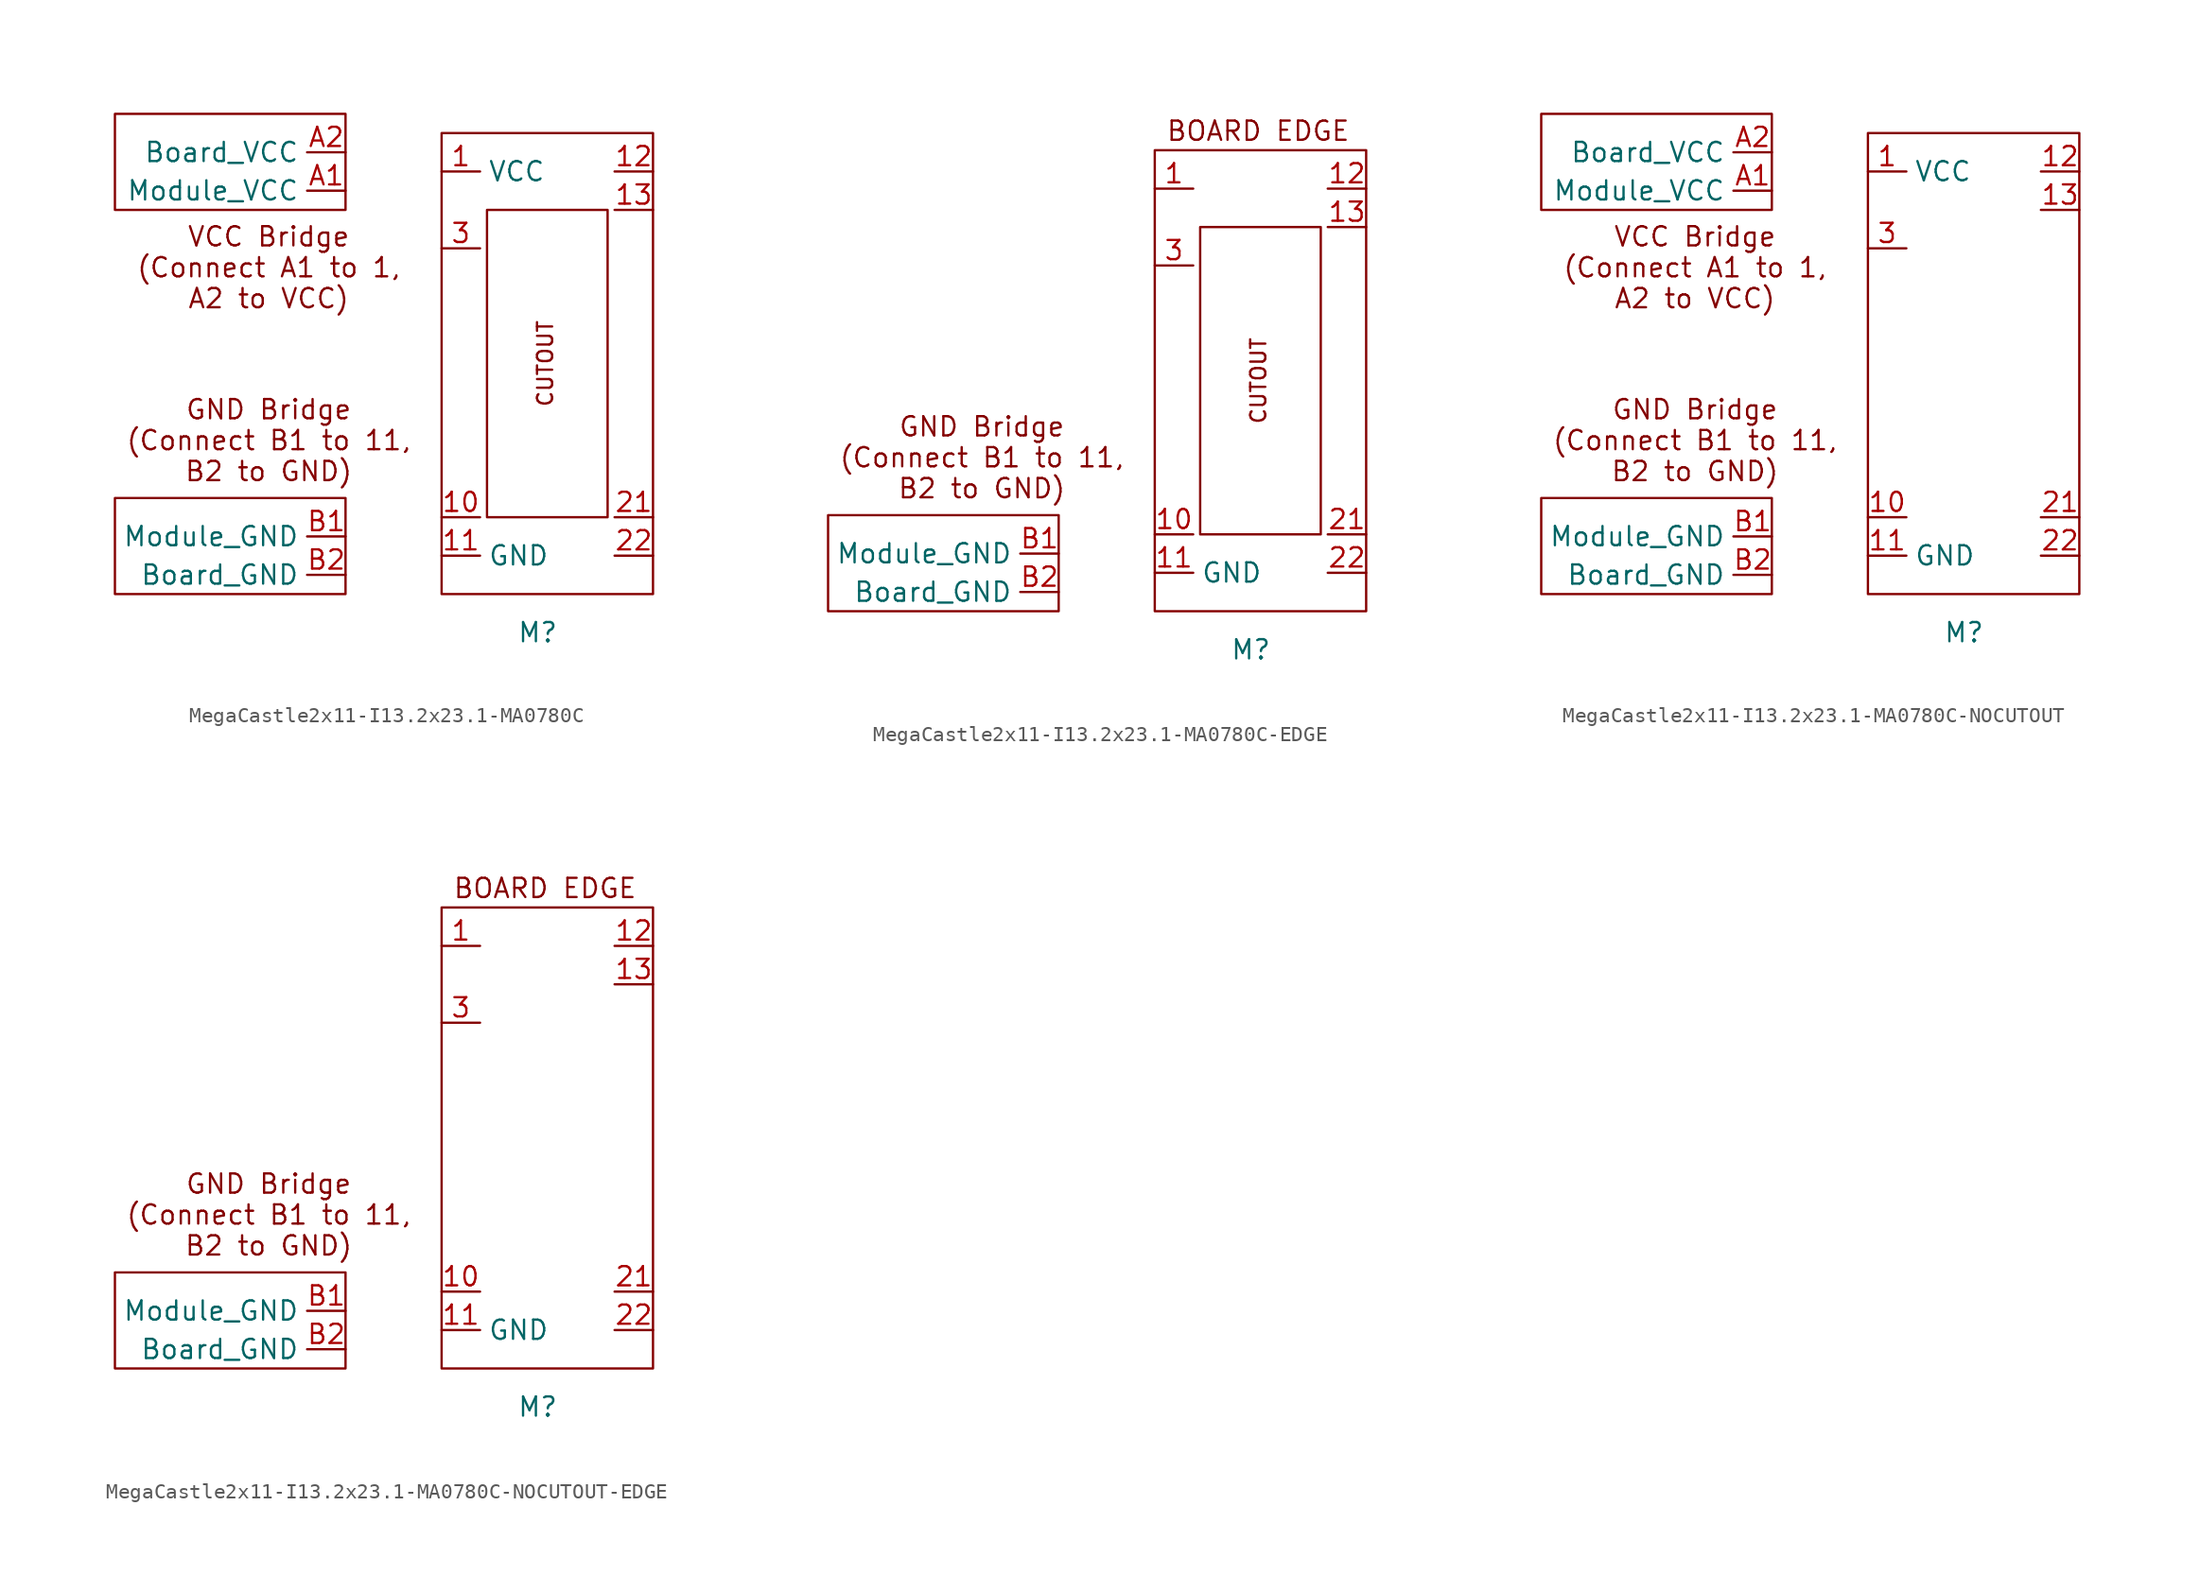
<source format=kicad_sym>
(kicad_symbol_lib
  (version 20231120)
  (generator "kicad_symbol_editor")
  (generator_version "8.0")
  (symbol "MegaCastle2x11-I13.2x23.1-MA0780C"
    (property "Reference" "M"
      (at 0 -17.78 0)
      (effects (font (size 1.27 1.27))))
    (property "Value" ""
      (at 0 5.08 0)
      (effects (font (size 1.27 1.27))))
    (symbol "MegaCastle2x11-I13.2x23.1-MA0780C_0_1"
      (rectangle (start -27.94 -8.89) (end -12.7 -15.24) (stroke (width 0) (type default)) (fill (type none)))
      (rectangle (start -27.94 16.51) (end -12.7 10.16) (stroke (width 0) (type default)) (fill (type none)))
      (rectangle (start -6.35 15.24) (end 7.62 -15.24) (stroke (width 0) (type default)) (fill (type none)))
      (rectangle (start -3.35 10.16) (end 4.62 -10.16) (stroke (width 0) (type default)) (fill (type none))))
    (symbol "MegaCastle2x11-I13.2x23.1-MA0780C_1_1"
      (text "CUTOUT" (at 0.5 0 900) (effects (font (size 1 1))))
      (text "GND Bridge\n(Connect B1 to 11,\nB2 to GND)" (at -17.78 -5.08 0) (effects (font (size 1.27 1.27))))
      (text "VCC Bridge\n(Connect A1 to 1,\nA2 to VCC)" (at -17.78 6.35 0) (effects (font (size 1.27 1.27))))
      (pin bidirectional line (at -6.35 12.7 0) (length 2.54) (name "VCC" (effects (font (size 1.27 1.27)))) (number "1" (effects (font (size 1.27 1.27)))))
      (pin bidirectional line (at -6.35 -10.16 0) (length 2.54) (name "" (effects (font (size 1.27 1.27)))) (number "10" (effects (font (size 1.27 1.27)))))
      (pin bidirectional line (at -6.35 -12.7 0) (length 2.54) (name "GND" (effects (font (size 1.27 1.27)))) (number "11" (effects (font (size 1.27 1.27)))))
      (pin bidirectional line (at 7.62 12.7 180) (length 2.54) (name "" (effects (font (size 1.27 1.27)))) (number "12" (effects (font (size 1.27 1.27)))))
      (pin bidirectional line (at 7.62 10.16 180) (length 2.54) (name "" (effects (font (size 1.27 1.27)))) (number "13" (effects (font (size 1.27 1.27)))))
      (pin bidirectional line (at 7.62 -10.16 180) (length 2.54) (name "" (effects (font (size 1.27 1.27)))) (number "21" (effects (font (size 1.27 1.27)))))
      (pin bidirectional line (at 7.62 -12.7 180) (length 2.54) (name "" (effects (font (size 1.27 1.27)))) (number "22" (effects (font (size 1.27 1.27)))))
      (pin bidirectional line (at -6.35 7.62 0) (length 2.54) (name "" (effects (font (size 1.27 1.27)))) (number "3" (effects (font (size 1.27 1.27)))))
      (pin bidirectional line (at -12.7 11.43 180) (length 2.54) (name "Module_VCC" (effects (font (size 1.27 1.27)))) (number "A1" (effects (font (size 1.27 1.27)))))
      (pin bidirectional line (at -12.7 13.97 180) (length 2.54) (name "Board_VCC" (effects (font (size 1.27 1.27)))) (number "A2" (effects (font (size 1.27 1.27)))))
      (pin bidirectional line (at -12.7 -11.43 180) (length 2.54) (name "Module_GND" (effects (font (size 1.27 1.27)))) (number "B1" (effects (font (size 1.27 1.27)))))
      (pin bidirectional line (at -12.7 -13.97 180) (length 2.54) (name "Board_GND" (effects (font (size 1.27 1.27)))) (number "B2" (effects (font (size 1.27 1.27)))))))
  (symbol "MegaCastle2x11-I13.2x23.1-MA0780C-EDGE"
    (property "Reference" "M"
      (at 0 -17.78 0)
      (effects (font (size 1.27 1.27))))
    (property "Value" ""
      (at 0 5.08 0)
      (effects (font (size 1.27 1.27))))
    (symbol "MegaCastle2x11-I13.2x23.1-MA0780C-EDGE_0_1"
      (rectangle (start -27.94 -8.89) (end -12.7 -15.24) (stroke (width 0) (type default)) (fill (type none)))
      (rectangle (start -6.35 15.24) (end 7.62 -15.24) (stroke (width 0) (type default)) (fill (type none)))
      (rectangle (start -3.35 10.16) (end 4.62 -10.16) (stroke (width 0) (type default)) (fill (type none))))
    (symbol "MegaCastle2x11-I13.2x23.1-MA0780C-EDGE_1_1"
      (text " BOARD EDGE" (at 0 16.51 0) (effects (font (size 1.27 1.27))))
      (text "CUTOUT" (at 0.5 0 900) (effects (font (size 1 1))))
      (text "GND Bridge\n(Connect B1 to 11,\nB2 to GND)" (at -17.78 -5.08 0) (effects (font (size 1.27 1.27))))
      (pin bidirectional line (at -6.35 12.7 0) (length 2.54) (name "" (effects (font (size 1.27 1.27)))) (number "1" (effects (font (size 1.27 1.27)))))
      (pin bidirectional line (at -6.35 -10.16 0) (length 2.54) (name "" (effects (font (size 1.27 1.27)))) (number "10" (effects (font (size 1.27 1.27)))))
      (pin bidirectional line (at -6.35 -12.7 0) (length 2.54) (name "GND" (effects (font (size 1.27 1.27)))) (number "11" (effects (font (size 1.27 1.27)))))
      (pin bidirectional line (at 7.62 12.7 180) (length 2.54) (name "" (effects (font (size 1.27 1.27)))) (number "12" (effects (font (size 1.27 1.27)))))
      (pin bidirectional line (at 7.62 10.16 180) (length 2.54) (name "" (effects (font (size 1.27 1.27)))) (number "13" (effects (font (size 1.27 1.27)))))
      (pin bidirectional line (at 7.62 -10.16 180) (length 2.54) (name "" (effects (font (size 1.27 1.27)))) (number "21" (effects (font (size 1.27 1.27)))))
      (pin bidirectional line (at 7.62 -12.7 180) (length 2.54) (name "" (effects (font (size 1.27 1.27)))) (number "22" (effects (font (size 1.27 1.27)))))
      (pin bidirectional line (at -6.35 7.62 0) (length 2.54) (name "" (effects (font (size 1.27 1.27)))) (number "3" (effects (font (size 1.27 1.27)))))
      (pin bidirectional line (at -12.7 -11.43 180) (length 2.54) (name "Module_GND" (effects (font (size 1.27 1.27)))) (number "B1" (effects (font (size 1.27 1.27)))))
      (pin bidirectional line (at -12.7 -13.97 180) (length 2.54) (name "Board_GND" (effects (font (size 1.27 1.27)))) (number "B2" (effects (font (size 1.27 1.27)))))))
  (symbol "MegaCastle2x11-I13.2x23.1-MA0780C-NOCUTOUT"
    (property "Reference" "M"
      (at 0 -17.78 0)
      (effects (font (size 1.27 1.27))))
    (property "Value" ""
      (at 0 5.08 0)
      (effects (font (size 1.27 1.27))))
    (symbol "MegaCastle2x11-I13.2x23.1-MA0780C-NOCUTOUT_0_1"
      (rectangle (start -27.94 -8.89) (end -12.7 -15.24) (stroke (width 0) (type default)) (fill (type none)))
      (rectangle (start -27.94 16.51) (end -12.7 10.16) (stroke (width 0) (type default)) (fill (type none)))
      (rectangle (start -6.35 15.24) (end 7.62 -15.24) (stroke (width 0) (type default)) (fill (type none))))
    (symbol "MegaCastle2x11-I13.2x23.1-MA0780C-NOCUTOUT_1_1"
      (text "GND Bridge\n(Connect B1 to 11,\nB2 to GND)" (at -17.78 -5.08 0) (effects (font (size 1.27 1.27))))
      (text "VCC Bridge\n(Connect A1 to 1,\nA2 to VCC)" (at -17.78 6.35 0) (effects (font (size 1.27 1.27))))
      (pin bidirectional line (at -6.35 12.7 0) (length 2.54) (name "VCC" (effects (font (size 1.27 1.27)))) (number "1" (effects (font (size 1.27 1.27)))))
      (pin bidirectional line (at -6.35 -10.16 0) (length 2.54) (name "" (effects (font (size 1.27 1.27)))) (number "10" (effects (font (size 1.27 1.27)))))
      (pin bidirectional line (at -6.35 -12.7 0) (length 2.54) (name "GND" (effects (font (size 1.27 1.27)))) (number "11" (effects (font (size 1.27 1.27)))))
      (pin bidirectional line (at 7.62 12.7 180) (length 2.54) (name "" (effects (font (size 1.27 1.27)))) (number "12" (effects (font (size 1.27 1.27)))))
      (pin bidirectional line (at 7.62 10.16 180) (length 2.54) (name "" (effects (font (size 1.27 1.27)))) (number "13" (effects (font (size 1.27 1.27)))))
      (pin bidirectional line (at 7.62 -10.16 180) (length 2.54) (name "" (effects (font (size 1.27 1.27)))) (number "21" (effects (font (size 1.27 1.27)))))
      (pin bidirectional line (at 7.62 -12.7 180) (length 2.54) (name "" (effects (font (size 1.27 1.27)))) (number "22" (effects (font (size 1.27 1.27)))))
      (pin bidirectional line (at -6.35 7.62 0) (length 2.54) (name "" (effects (font (size 1.27 1.27)))) (number "3" (effects (font (size 1.27 1.27)))))
      (pin bidirectional line (at -12.7 11.43 180) (length 2.54) (name "Module_VCC" (effects (font (size 1.27 1.27)))) (number "A1" (effects (font (size 1.27 1.27)))))
      (pin bidirectional line (at -12.7 13.97 180) (length 2.54) (name "Board_VCC" (effects (font (size 1.27 1.27)))) (number "A2" (effects (font (size 1.27 1.27)))))
      (pin bidirectional line (at -12.7 -11.43 180) (length 2.54) (name "Module_GND" (effects (font (size 1.27 1.27)))) (number "B1" (effects (font (size 1.27 1.27)))))
      (pin bidirectional line (at -12.7 -13.97 180) (length 2.54) (name "Board_GND" (effects (font (size 1.27 1.27)))) (number "B2" (effects (font (size 1.27 1.27)))))))
  (symbol "MegaCastle2x11-I13.2x23.1-MA0780C-NOCUTOUT-EDGE"
    (property "Reference" "M"
      (at 0 -17.78 0)
      (effects (font (size 1.27 1.27))))
    (property "Value" ""
      (at 0 5.08 0)
      (effects (font (size 1.27 1.27))))
    (symbol "MegaCastle2x11-I13.2x23.1-MA0780C-NOCUTOUT-EDGE_0_1"
      (rectangle (start -27.94 -8.89) (end -12.7 -15.24) (stroke (width 0) (type default)) (fill (type none)))
      (rectangle (start -6.35 15.24) (end 7.62 -15.24) (stroke (width 0) (type default)) (fill (type none))))
    (symbol "MegaCastle2x11-I13.2x23.1-MA0780C-NOCUTOUT-EDGE_1_1"
      (text " BOARD EDGE" (at 0 16.51 0) (effects (font (size 1.27 1.27))))
      (text "GND Bridge\n(Connect B1 to 11,\nB2 to GND)" (at -17.78 -5.08 0) (effects (font (size 1.27 1.27))))
      (pin bidirectional line (at -6.35 12.7 0) (length 2.54) (name "" (effects (font (size 1.27 1.27)))) (number "1" (effects (font (size 1.27 1.27)))))
      (pin bidirectional line (at -6.35 -10.16 0) (length 2.54) (name "" (effects (font (size 1.27 1.27)))) (number "10" (effects (font (size 1.27 1.27)))))
      (pin bidirectional line (at -6.35 -12.7 0) (length 2.54) (name "GND" (effects (font (size 1.27 1.27)))) (number "11" (effects (font (size 1.27 1.27)))))
      (pin bidirectional line (at 7.62 12.7 180) (length 2.54) (name "" (effects (font (size 1.27 1.27)))) (number "12" (effects (font (size 1.27 1.27)))))
      (pin bidirectional line (at 7.62 10.16 180) (length 2.54) (name "" (effects (font (size 1.27 1.27)))) (number "13" (effects (font (size 1.27 1.27)))))
      (pin bidirectional line (at 7.62 -10.16 180) (length 2.54) (name "" (effects (font (size 1.27 1.27)))) (number "21" (effects (font (size 1.27 1.27)))))
      (pin bidirectional line (at 7.62 -12.7 180) (length 2.54) (name "" (effects (font (size 1.27 1.27)))) (number "22" (effects (font (size 1.27 1.27)))))
      (pin bidirectional line (at -6.35 7.62 0) (length 2.54) (name "" (effects (font (size 1.27 1.27)))) (number "3" (effects (font (size 1.27 1.27)))))
      (pin bidirectional line (at -12.7 -11.43 180) (length 2.54) (name "Module_GND" (effects (font (size 1.27 1.27)))) (number "B1" (effects (font (size 1.27 1.27)))))
      (pin bidirectional line (at -12.7 -13.97 180) (length 2.54) (name "Board_GND" (effects (font (size 1.27 1.27)))) (number "B2" (effects (font (size 1.27 1.27))))))))
</source>
